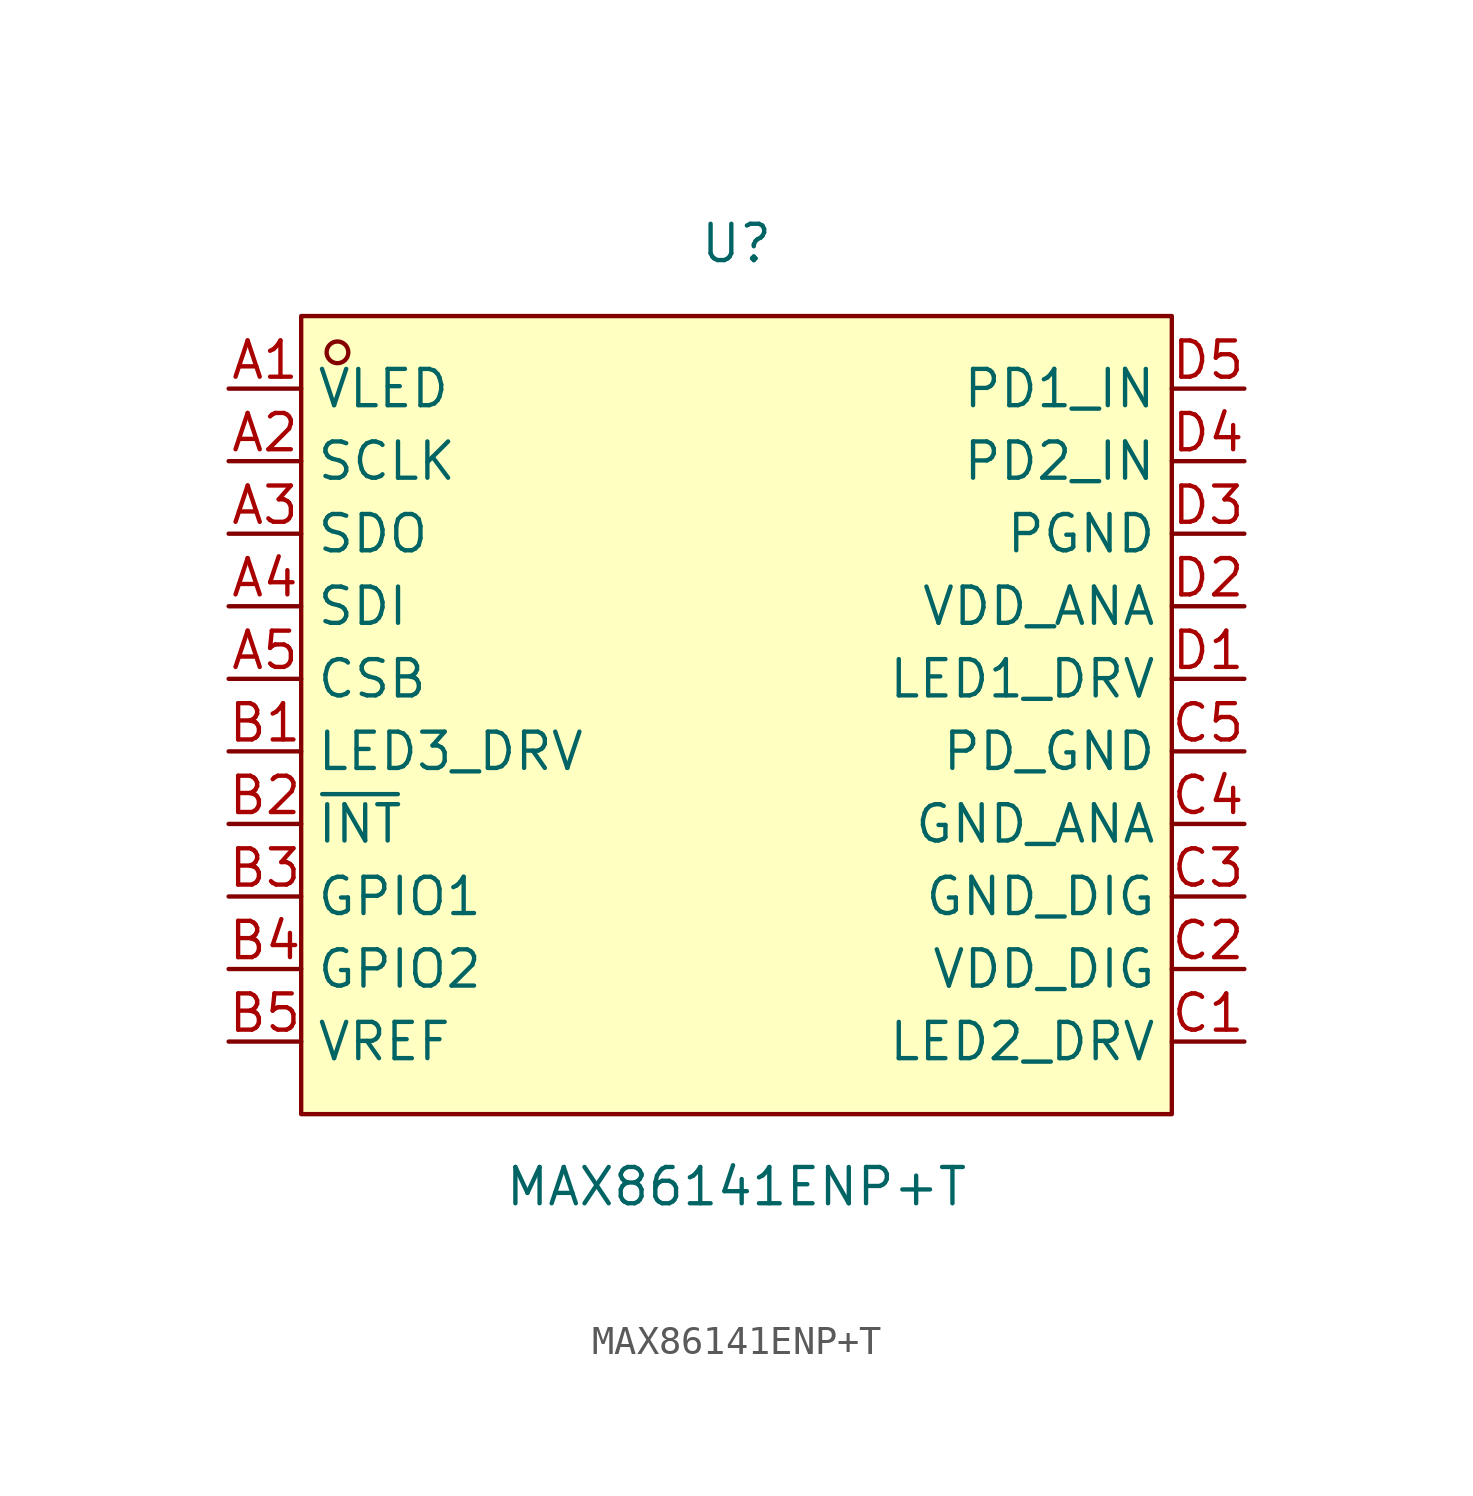
<source format=kicad_sym>
(kicad_symbol_lib
  (version 20211014)
  (generator https://github.com/uPesy/easyeda2kicad.py)
  (symbol "MAX86141ENP+T"
    (property "Reference" "U"
      (at 0 16.51 0)
      (effects (font (size 1.27 1.27))))
    (property "Value" "MAX86141ENP+T"
      (at 0 -16.51 0)
      (effects (font (size 1.27 1.27))))
    (symbol "MAX86141ENP+T_0_1"
      (rectangle (start -15.24 13.97) (end 15.24 -13.97) (stroke (width 0) (type default) (color 0 0 0 0)) (fill (type background)))
      (circle (center -13.97 12.70) (radius 0.38) (stroke (width 0) (type default) (color 0 0 0 0)) (fill (type none)))
      (pin unspecified line (at -17.78 11.43 0) (length 2.54) (name "VLED" (effects (font (size 1.27 1.27)))) (number "A1" (effects (font (size 1.27 1.27)))))
      (pin unspecified line (at -17.78 8.89 0) (length 2.54) (name "SCLK" (effects (font (size 1.27 1.27)))) (number "A2" (effects (font (size 1.27 1.27)))))
      (pin unspecified line (at -17.78 6.35 0) (length 2.54) (name "SDO" (effects (font (size 1.27 1.27)))) (number "A3" (effects (font (size 1.27 1.27)))))
      (pin unspecified line (at -17.78 3.81 0) (length 2.54) (name "SDI" (effects (font (size 1.27 1.27)))) (number "A4" (effects (font (size 1.27 1.27)))))
      (pin unspecified line (at -17.78 1.27 0) (length 2.54) (name "CSB" (effects (font (size 1.27 1.27)))) (number "A5" (effects (font (size 1.27 1.27)))))
      (pin unspecified line (at -17.78 -1.27 0) (length 2.54) (name "LED3_DRV" (effects (font (size 1.27 1.27)))) (number "B1" (effects (font (size 1.27 1.27)))))
      (pin unspecified line (at -17.78 -3.81 0) (length 2.54) (name "~{INT}" (effects (font (size 1.27 1.27)))) (number "B2" (effects (font (size 1.27 1.27)))))
      (pin unspecified line (at -17.78 -6.35 0) (length 2.54) (name "GPIO1" (effects (font (size 1.27 1.27)))) (number "B3" (effects (font (size 1.27 1.27)))))
      (pin unspecified line (at -17.78 -8.89 0) (length 2.54) (name "GPIO2" (effects (font (size 1.27 1.27)))) (number "B4" (effects (font (size 1.27 1.27)))))
      (pin unspecified line (at -17.78 -11.43 0) (length 2.54) (name "VREF" (effects (font (size 1.27 1.27)))) (number "B5" (effects (font (size 1.27 1.27)))))
      (pin unspecified line (at 17.78 -11.43 180) (length 2.54) (name "LED2_DRV" (effects (font (size 1.27 1.27)))) (number "C1" (effects (font (size 1.27 1.27)))))
      (pin unspecified line (at 17.78 -8.89 180) (length 2.54) (name "VDD_DIG" (effects (font (size 1.27 1.27)))) (number "C2" (effects (font (size 1.27 1.27)))))
      (pin unspecified line (at 17.78 -6.35 180) (length 2.54) (name "GND_DIG" (effects (font (size 1.27 1.27)))) (number "C3" (effects (font (size 1.27 1.27)))))
      (pin unspecified line (at 17.78 -3.81 180) (length 2.54) (name "GND_ANA" (effects (font (size 1.27 1.27)))) (number "C4" (effects (font (size 1.27 1.27)))))
      (pin unspecified line (at 17.78 -1.27 180) (length 2.54) (name "PD_GND" (effects (font (size 1.27 1.27)))) (number "C5" (effects (font (size 1.27 1.27)))))
      (pin unspecified line (at 17.78 1.27 180) (length 2.54) (name "LED1_DRV" (effects (font (size 1.27 1.27)))) (number "D1" (effects (font (size 1.27 1.27)))))
      (pin unspecified line (at 17.78 3.81 180) (length 2.54) (name "VDD_ANA" (effects (font (size 1.27 1.27)))) (number "D2" (effects (font (size 1.27 1.27)))))
      (pin unspecified line (at 17.78 6.35 180) (length 2.54) (name "PGND" (effects (font (size 1.27 1.27)))) (number "D3" (effects (font (size 1.27 1.27)))))
      (pin unspecified line (at 17.78 8.89 180) (length 2.54) (name "PD2_IN" (effects (font (size 1.27 1.27)))) (number "D4" (effects (font (size 1.27 1.27)))))
      (pin unspecified line (at 17.78 11.43 180) (length 2.54) (name "PD1_IN" (effects (font (size 1.27 1.27)))) (number "D5" (effects (font (size 1.27 1.27))))))))
</source>
